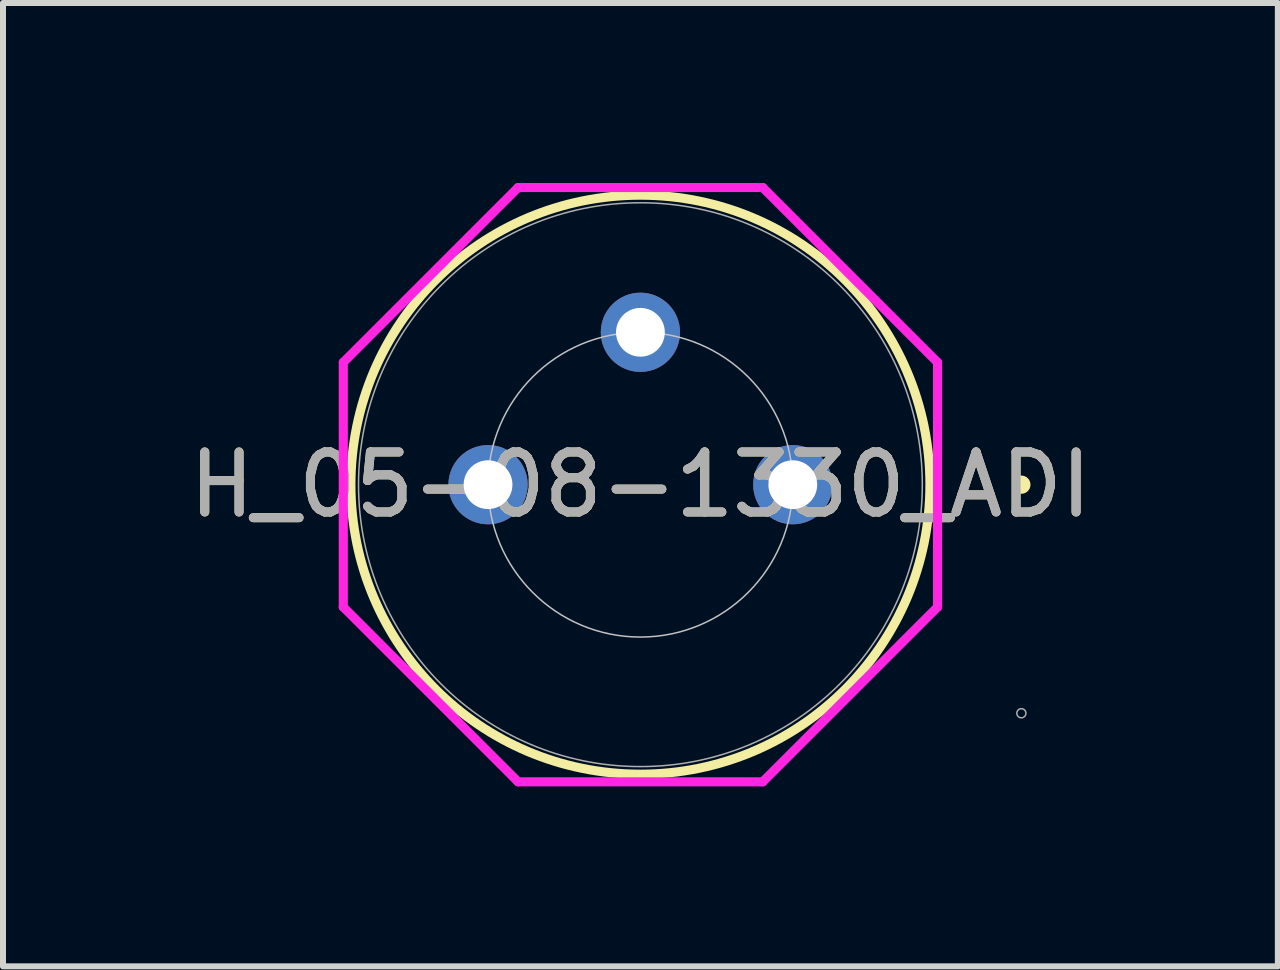
<source format=kicad_pcb>
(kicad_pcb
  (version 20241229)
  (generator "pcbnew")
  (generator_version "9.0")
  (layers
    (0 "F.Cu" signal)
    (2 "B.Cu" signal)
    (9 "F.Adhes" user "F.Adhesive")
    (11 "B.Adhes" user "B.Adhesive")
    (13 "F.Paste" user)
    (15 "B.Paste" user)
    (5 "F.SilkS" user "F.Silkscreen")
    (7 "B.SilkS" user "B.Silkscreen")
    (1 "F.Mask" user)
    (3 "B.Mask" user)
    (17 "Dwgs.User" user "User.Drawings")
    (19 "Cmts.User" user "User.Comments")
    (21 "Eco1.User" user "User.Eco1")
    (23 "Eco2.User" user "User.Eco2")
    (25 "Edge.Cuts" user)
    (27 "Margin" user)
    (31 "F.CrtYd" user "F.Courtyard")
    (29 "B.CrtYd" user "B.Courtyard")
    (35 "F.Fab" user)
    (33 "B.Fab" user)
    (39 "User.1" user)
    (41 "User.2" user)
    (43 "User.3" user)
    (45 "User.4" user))
  (footprint "H_05-08-1330_ADI"
    (layer "F.Cu")
    (at 10.165 5.029)
    (property "Reference" "H_05-08-1330_ADI" (at -2.54 0 0) (unlocked yes) (layer "F.SilkS") (effects (font (size 1 1) (thickness 0.15))))
    (attr through_hole)
    (fp_circle (center -2.54 0) (end 2.286 0) (stroke (width 0.152) (type solid)) (fill no) (layer "F.SilkS"))
    (fp_circle (center 3.81 0) (end 3.886 0) (stroke (width 0.152) (type solid)) (fill no) (layer "F.SilkS"))
    (fp_circle (center -2.54 0) (end 0 0) (stroke (width 0.025) (type solid)) (fill no) (layer "Dwgs.User"))
    (fp_line (start -7.493 -2.039) (end -4.579 -4.953) (stroke (width 0.152) (type solid)) (layer "F.CrtYd"))
    (fp_line (start -7.493 2.039) (end -7.493 -2.039) (stroke (width 0.152) (type solid)) (layer "F.CrtYd"))
    (fp_line (start -4.579 -4.953) (end -0.501 -4.953) (stroke (width 0.152) (type solid)) (layer "F.CrtYd"))
    (fp_line (start -4.579 4.953) (end -7.493 2.039) (stroke (width 0.152) (type solid)) (layer "F.CrtYd"))
    (fp_line (start -0.501 -4.953) (end 2.413 -2.039) (stroke (width 0.152) (type solid)) (layer "F.CrtYd"))
    (fp_line (start -0.501 4.953) (end -4.579 4.953) (stroke (width 0.152) (type solid)) (layer "F.CrtYd"))
    (fp_line (start 2.413 -2.039) (end 2.413 2.039) (stroke (width 0.152) (type solid)) (layer "F.CrtYd"))
    (fp_line (start 2.413 2.039) (end -0.501 4.953) (stroke (width 0.152) (type solid)) (layer "F.CrtYd"))
    (fp_circle (center -2.54 0) (end 2.159 0) (stroke (width 0.025) (type solid)) (fill no) (layer "F.Fab"))
    (fp_circle (center 3.81 3.81) (end 3.886 3.81) (stroke (width 0.025) (type solid)) (fill no) (layer "F.Fab"))
    (fp_text user "${REFERENCE}" (at -2.54 0 0) (unlocked yes) (layer "F.Fab") (effects (font (size 1 1) (thickness 0.15))))
    (pad "1" thru_hole circle (at 0 0) (size 1.321 1.321) (drill 0.813) (layers "*.Cu" "*.Mask"))
    (pad "2" thru_hole circle (at -2.54 -2.54 90) (size 1.321 1.321) (drill 0.813) (layers "*.Cu" "*.Mask"))
    (pad "3" thru_hole circle (at -5.08 0) (size 1.321 1.321) (drill 0.813) (layers "*.Cu" "*.Mask")))
  (gr_rect
    (start -3 -3)
    (end 18.25 13.058)
    (stroke (width 0.1) (type default))
    (fill no)
    (layer "Edge.Cuts")))
</source>
